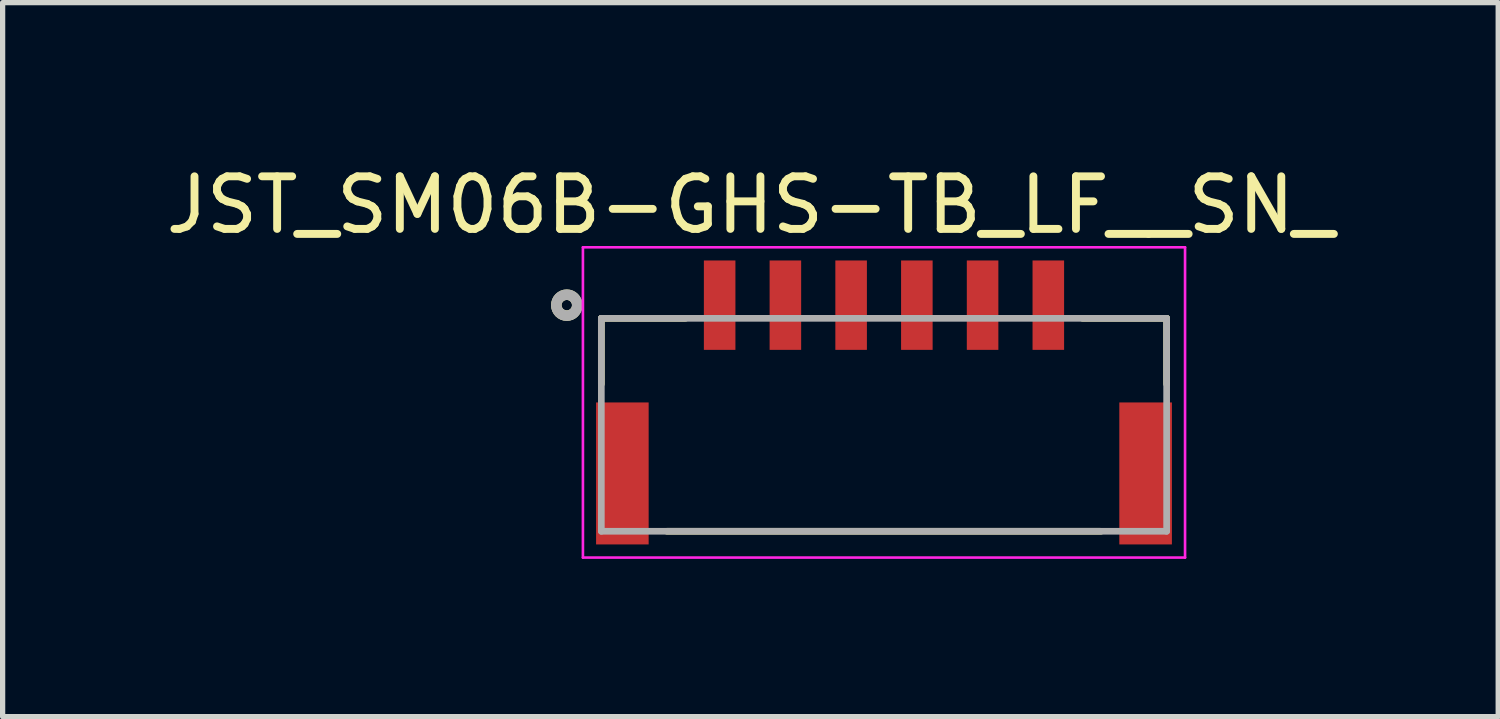
<source format=kicad_pcb>
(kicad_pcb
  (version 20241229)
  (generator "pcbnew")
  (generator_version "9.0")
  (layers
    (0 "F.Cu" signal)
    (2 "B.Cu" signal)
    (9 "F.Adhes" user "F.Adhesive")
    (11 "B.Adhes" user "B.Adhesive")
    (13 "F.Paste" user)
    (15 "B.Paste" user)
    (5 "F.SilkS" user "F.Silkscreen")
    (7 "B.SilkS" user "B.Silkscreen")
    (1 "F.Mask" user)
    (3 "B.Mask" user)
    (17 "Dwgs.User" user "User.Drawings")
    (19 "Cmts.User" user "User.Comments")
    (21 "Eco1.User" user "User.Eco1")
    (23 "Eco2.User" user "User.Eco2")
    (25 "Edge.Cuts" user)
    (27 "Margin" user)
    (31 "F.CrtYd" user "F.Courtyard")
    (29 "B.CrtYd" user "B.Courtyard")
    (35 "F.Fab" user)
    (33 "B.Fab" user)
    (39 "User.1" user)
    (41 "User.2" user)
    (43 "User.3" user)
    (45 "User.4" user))
  (footprint "JST_SM06B-GHS-TB_LF__SN_"
    (layer "F.Cu")
    (at 13.76 4.628)
    (property "Reference" "JST_SM06B-GHS-TB_LF__SN_" (at -2.54 -3.78 0) (layer "F.SilkS") (effects (font (size 1 1) (thickness 0.15))))
    (attr smd)
    (fp_line (start -5.375 -1.625) (end -5.375 -0.375) (stroke (width 0.127) (type solid)) (layer "F.SilkS"))
    (fp_line (start -5.375 -1.625) (end -3.775 -1.625) (stroke (width 0.127) (type solid)) (layer "F.SilkS"))
    (fp_line (start -4.125 2.425) (end 4.125 2.425) (stroke (width 0.127) (type solid)) (layer "F.SilkS"))
    (fp_line (start 5.375 -1.625) (end 3.775 -1.625) (stroke (width 0.127) (type solid)) (layer "F.SilkS"))
    (fp_line (start 5.375 -1.625) (end 5.375 -0.375) (stroke (width 0.127) (type solid)) (layer "F.SilkS"))
    (fp_circle (center -6.032 -1.875) (end -5.933 -1.875) (stroke (width 0.2) (type solid)) (fill no) (layer "F.SilkS"))
    (fp_line (start -5.725 -2.975) (end -5.725 2.925) (stroke (width 0.05) (type solid)) (layer "F.CrtYd"))
    (fp_line (start -5.725 2.925) (end 5.725 2.925) (stroke (width 0.05) (type solid)) (layer "F.CrtYd"))
    (fp_line (start 5.725 -2.975) (end -5.725 -2.975) (stroke (width 0.05) (type solid)) (layer "F.CrtYd"))
    (fp_line (start 5.725 2.925) (end 5.725 -2.975) (stroke (width 0.05) (type solid)) (layer "F.CrtYd"))
    (fp_line (start -5.375 -1.625) (end -5.375 2.425) (stroke (width 0.127) (type solid)) (layer "F.Fab"))
    (fp_line (start -5.375 2.425) (end 5.375 2.425) (stroke (width 0.127) (type solid)) (layer "F.Fab"))
    (fp_line (start 5.375 -1.625) (end -5.375 -1.625) (stroke (width 0.127) (type solid)) (layer "F.Fab"))
    (fp_line (start 5.375 2.425) (end 5.375 -1.625) (stroke (width 0.127) (type solid)) (layer "F.Fab"))
    (fp_circle (center -6.032 -1.875) (end -5.933 -1.875) (stroke (width 0.2) (type solid)) (fill no) (layer "F.Fab"))
    (pad "1" smd rect (at -3.125 -1.875) (size 0.6 1.7) (layers "F.Cu" "F.Mask" "F.Paste"))
    (pad "2" smd rect (at -1.875 -1.875) (size 0.6 1.7) (layers "F.Cu" "F.Mask" "F.Paste"))
    (pad "3" smd rect (at -0.625 -1.875) (size 0.6 1.7) (layers "F.Cu" "F.Mask" "F.Paste"))
    (pad "4" smd rect (at 0.625 -1.875) (size 0.6 1.7) (layers "F.Cu" "F.Mask" "F.Paste"))
    (pad "5" smd rect (at 1.875 -1.875) (size 0.6 1.7) (layers "F.Cu" "F.Mask" "F.Paste"))
    (pad "6" smd rect (at 3.125 -1.875) (size 0.6 1.7) (layers "F.Cu" "F.Mask" "F.Paste"))
    (pad "S1" smd rect (at -4.975 1.325) (size 1 2.7) (layers "F.Cu" "F.Mask" "F.Paste"))
    (pad "S2" smd rect (at 4.975 1.325) (size 1 2.7) (layers "F.Cu" "F.Mask" "F.Paste")))
  (gr_rect
    (start -3 -3)
    (end 25.44 10.578)
    (stroke (width 0.1) (type default))
    (fill no)
    (layer "Edge.Cuts")))
</source>
